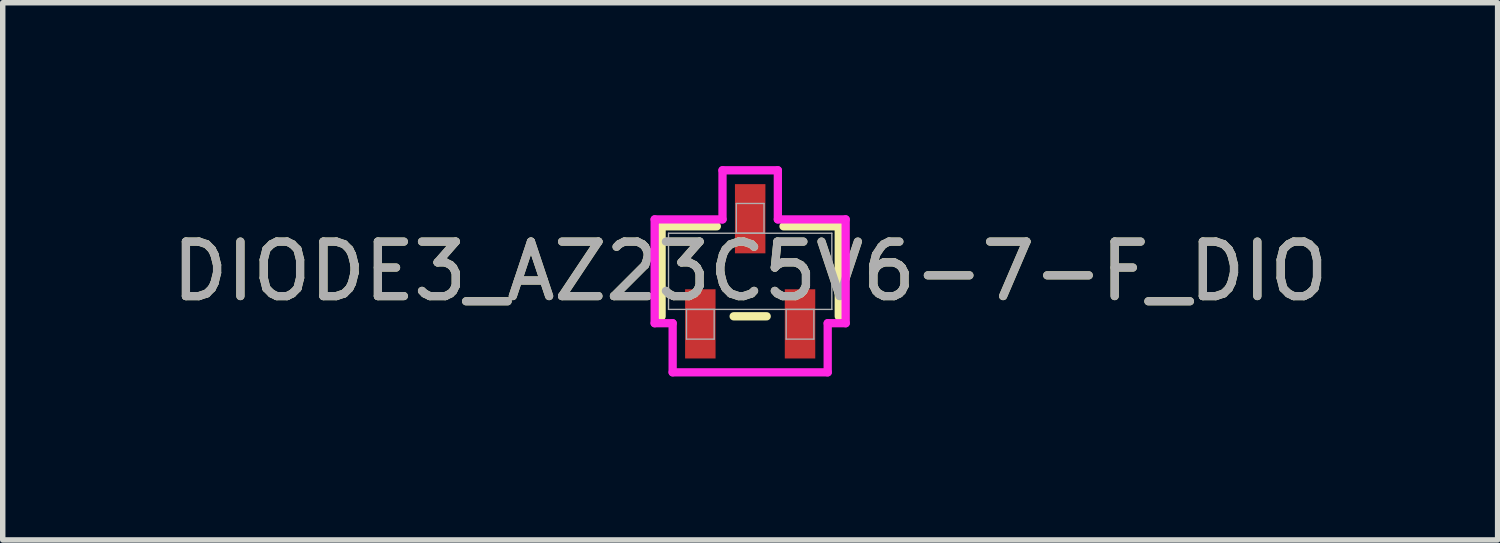
<source format=kicad_pcb>
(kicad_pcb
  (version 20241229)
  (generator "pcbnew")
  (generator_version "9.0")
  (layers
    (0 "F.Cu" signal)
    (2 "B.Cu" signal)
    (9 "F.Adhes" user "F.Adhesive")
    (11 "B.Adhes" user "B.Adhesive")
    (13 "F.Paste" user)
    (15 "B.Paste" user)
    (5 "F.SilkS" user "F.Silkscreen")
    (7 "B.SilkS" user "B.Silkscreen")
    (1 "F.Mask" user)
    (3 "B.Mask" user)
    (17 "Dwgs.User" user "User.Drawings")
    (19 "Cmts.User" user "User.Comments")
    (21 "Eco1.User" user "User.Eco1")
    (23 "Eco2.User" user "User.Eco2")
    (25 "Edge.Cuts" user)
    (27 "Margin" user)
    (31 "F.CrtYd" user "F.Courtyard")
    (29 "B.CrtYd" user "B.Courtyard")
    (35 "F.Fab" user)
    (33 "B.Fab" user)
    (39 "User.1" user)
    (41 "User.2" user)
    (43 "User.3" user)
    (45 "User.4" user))
  (footprint "DIODE3_AZ23C5V6-7-F_DIO"
    (layer "F.Cu")
    (at 10.72 1.93)
    (property "Reference" "DIODE3_AZ23C5V6-7-F_DIO" (at 0 0 0) (unlocked yes) (layer "F.SilkS") (effects (font (size 1 1) (thickness 0.15))))
    (attr smd)
    (fp_line (start -1.626 -0.826) (end -1.626 0.826) (stroke (width 0.152) (type solid)) (layer "F.SilkS"))
    (fp_line (start -0.612 -0.826) (end -1.626 -0.826) (stroke (width 0.152) (type solid)) (layer "F.SilkS"))
    (fp_line (start -0.303 0.826) (end 0.303 0.826) (stroke (width 0.152) (type solid)) (layer "F.SilkS"))
    (fp_line (start 1.626 -0.826) (end 0.612 -0.826) (stroke (width 0.152) (type solid)) (layer "F.SilkS"))
    (fp_line (start 1.626 0.826) (end 1.626 -0.826) (stroke (width 0.152) (type solid)) (layer "F.SilkS"))
    (fp_line (start -1.753 -0.953) (end -0.508 -0.953) (stroke (width 0.152) (type solid)) (layer "F.CrtYd"))
    (fp_line (start -1.753 0.953) (end -1.753 -0.953) (stroke (width 0.152) (type solid)) (layer "F.CrtYd"))
    (fp_line (start -1.753 0.953) (end -1.423 0.953) (stroke (width 0.152) (type solid)) (layer "F.CrtYd"))
    (fp_line (start -1.423 0.953) (end -1.423 1.854) (stroke (width 0.152) (type solid)) (layer "F.CrtYd"))
    (fp_line (start -1.423 1.854) (end 1.423 1.854) (stroke (width 0.152) (type solid)) (layer "F.CrtYd"))
    (fp_line (start -0.508 -1.854) (end 0.508 -1.854) (stroke (width 0.152) (type solid)) (layer "F.CrtYd"))
    (fp_line (start -0.508 -0.953) (end -0.508 -1.854) (stroke (width 0.152) (type solid)) (layer "F.CrtYd"))
    (fp_line (start 0.508 -0.953) (end 0.508 -1.854) (stroke (width 0.152) (type solid)) (layer "F.CrtYd"))
    (fp_line (start 1.423 0.953) (end 1.423 1.854) (stroke (width 0.152) (type solid)) (layer "F.CrtYd"))
    (fp_line (start 1.753 -0.953) (end 0.508 -0.953) (stroke (width 0.152) (type solid)) (layer "F.CrtYd"))
    (fp_line (start 1.753 -0.953) (end 1.753 0.953) (stroke (width 0.152) (type solid)) (layer "F.CrtYd"))
    (fp_line (start 1.753 0.953) (end 1.423 0.953) (stroke (width 0.152) (type solid)) (layer "F.CrtYd"))
    (fp_line (start -1.499 -0.699) (end -1.499 0.699) (stroke (width 0.025) (type solid)) (layer "F.Fab"))
    (fp_line (start -1.499 0.699) (end 1.499 0.699) (stroke (width 0.025) (type solid)) (layer "F.Fab"))
    (fp_line (start -1.169 0.699) (end -1.169 1.245) (stroke (width 0.025) (type solid)) (layer "F.Fab"))
    (fp_line (start -1.169 1.245) (end -0.661 1.245) (stroke (width 0.025) (type solid)) (layer "F.Fab"))
    (fp_line (start -0.661 0.699) (end -1.169 0.699) (stroke (width 0.025) (type solid)) (layer "F.Fab"))
    (fp_line (start -0.661 1.245) (end -0.661 0.699) (stroke (width 0.025) (type solid)) (layer "F.Fab"))
    (fp_line (start -0.254 -1.245) (end -0.254 -0.699) (stroke (width 0.025) (type solid)) (layer "F.Fab"))
    (fp_line (start -0.254 -0.699) (end 0.254 -0.699) (stroke (width 0.025) (type solid)) (layer "F.Fab"))
    (fp_line (start 0.254 -1.245) (end -0.254 -1.245) (stroke (width 0.025) (type solid)) (layer "F.Fab"))
    (fp_line (start 0.254 -0.699) (end 0.254 -1.245) (stroke (width 0.025) (type solid)) (layer "F.Fab"))
    (fp_line (start 0.661 0.699) (end 0.661 1.245) (stroke (width 0.025) (type solid)) (layer "F.Fab"))
    (fp_line (start 0.661 1.245) (end 1.169 1.245) (stroke (width 0.025) (type solid)) (layer "F.Fab"))
    (fp_line (start 1.169 0.699) (end 0.661 0.699) (stroke (width 0.025) (type solid)) (layer "F.Fab"))
    (fp_line (start 1.169 1.245) (end 1.169 0.699) (stroke (width 0.025) (type solid)) (layer "F.Fab"))
    (fp_line (start 1.499 -0.699) (end -1.499 -0.699) (stroke (width 0.025) (type solid)) (layer "F.Fab"))
    (fp_line (start 1.499 0.699) (end 1.499 -0.699) (stroke (width 0.025) (type solid)) (layer "F.Fab"))
    (fp_text user "${REFERENCE}" (at 0 0 0) (unlocked yes) (layer "F.Fab") (effects (font (size 1 1) (thickness 0.15))))
    (pad "1" smd rect (at -0.915 0.965) (size 0.559 1.27) (layers "F.Cu" "F.Mask" "F.Paste"))
    (pad "2" smd rect (at 0.915 0.965) (size 0.559 1.27) (layers "F.Cu" "F.Mask" "F.Paste"))
    (pad "3" smd rect (at 0 -0.965) (size 0.559 1.27) (layers "F.Cu" "F.Mask" "F.Paste")))
  (gr_rect
    (start -3 -3)
    (end 24.44 6.861)
    (stroke (width 0.1) (type default))
    (fill no)
    (layer "Edge.Cuts")))
</source>
